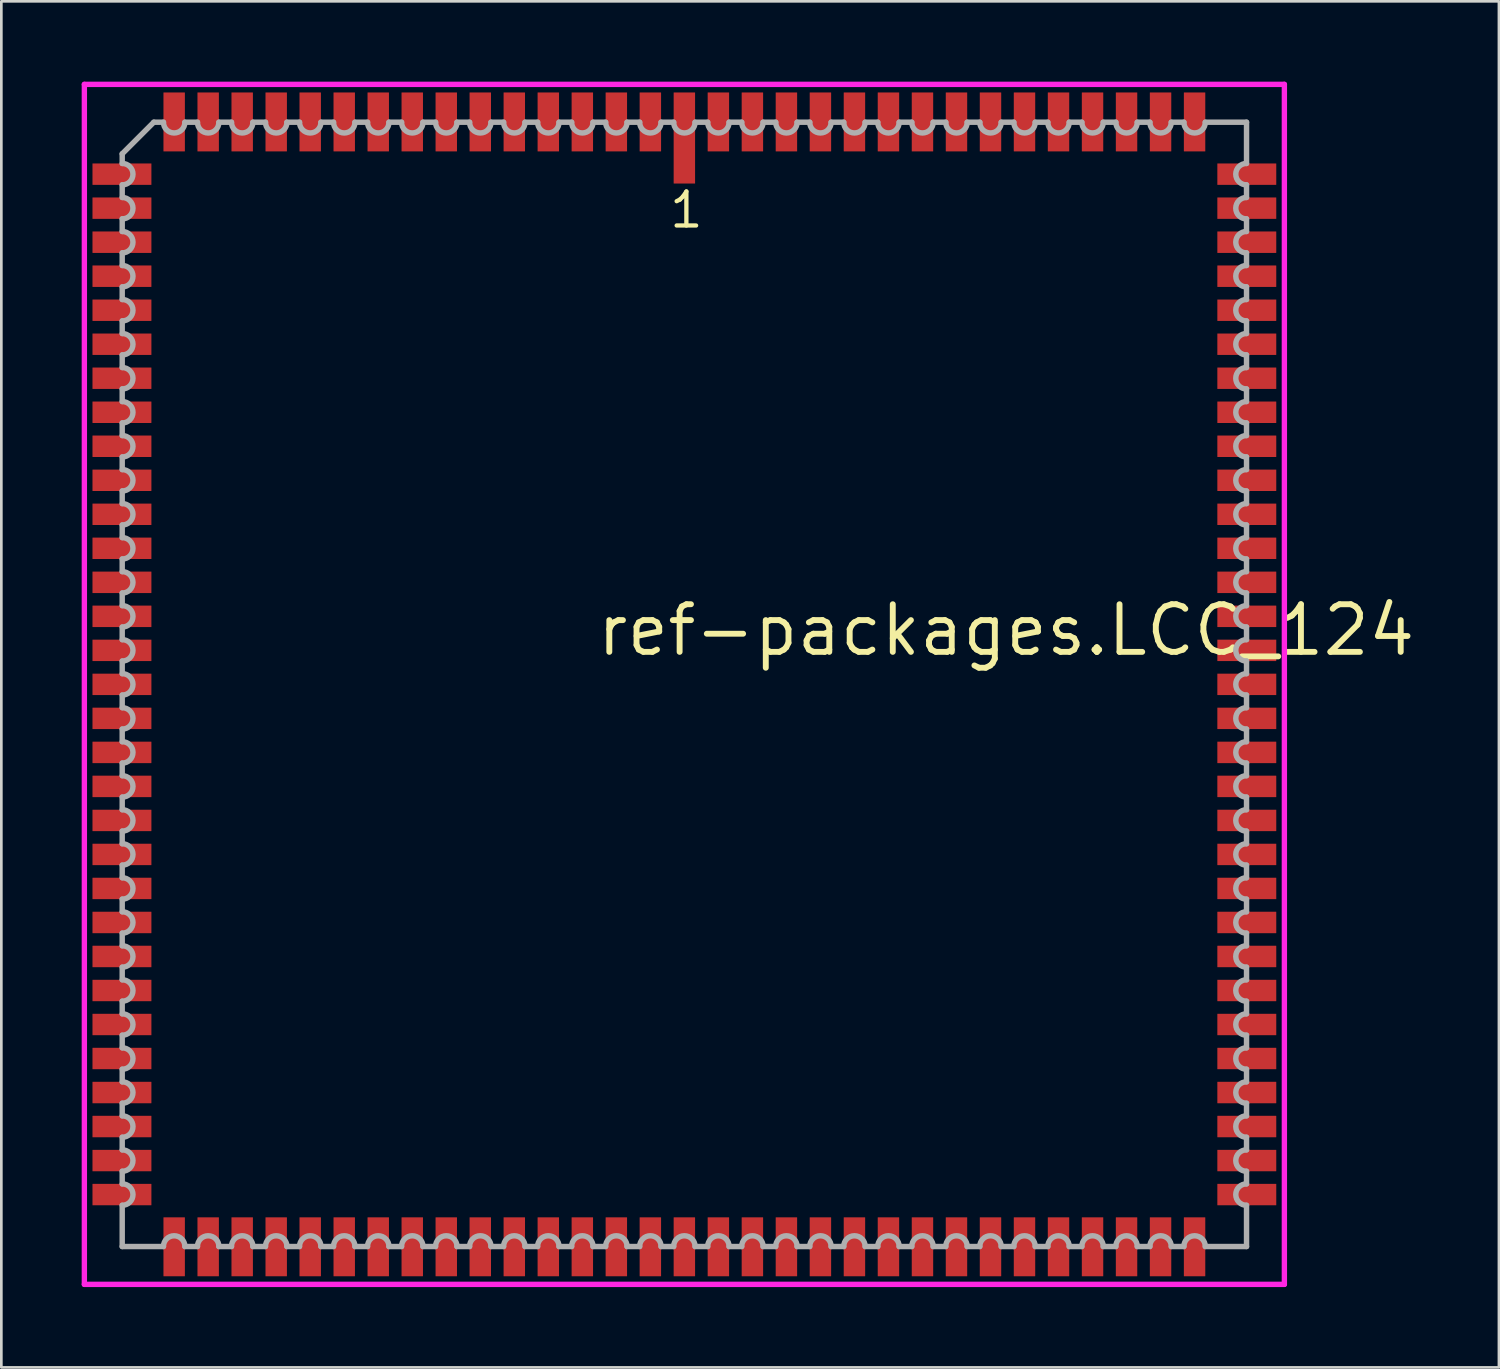
<source format=kicad_pcb>
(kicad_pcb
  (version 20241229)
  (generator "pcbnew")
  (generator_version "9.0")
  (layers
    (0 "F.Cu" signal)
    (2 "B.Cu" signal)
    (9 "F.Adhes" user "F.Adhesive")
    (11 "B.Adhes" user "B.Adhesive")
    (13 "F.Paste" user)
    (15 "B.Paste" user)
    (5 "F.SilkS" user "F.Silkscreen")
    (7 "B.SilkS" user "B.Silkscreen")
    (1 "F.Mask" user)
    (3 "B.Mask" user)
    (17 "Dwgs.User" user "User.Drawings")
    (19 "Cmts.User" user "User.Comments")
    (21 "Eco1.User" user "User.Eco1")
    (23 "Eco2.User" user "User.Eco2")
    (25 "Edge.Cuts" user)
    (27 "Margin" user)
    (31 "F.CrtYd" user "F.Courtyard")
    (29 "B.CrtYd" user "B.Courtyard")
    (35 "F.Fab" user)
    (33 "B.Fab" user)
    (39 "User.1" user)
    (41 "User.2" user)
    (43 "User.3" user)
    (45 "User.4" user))
  (footprint "ref-packages.LCC_124"
    (layer "F.Cu")
    (at 22.503 22.503)
    (property "Reference" "ref-packages.LCC_124" (at -3.37 -0.985 0) (layer "F.SilkS") (effects (font (size 1.778 1.778) (thickness 0.22)) (justify left bottom)))
    (attr smd)
    (fp_line (start -22.403 -22.403) (end 22.403 -22.403) (stroke (width 0.2) (type default)) (layer "F.CrtYd"))
    (fp_line (start -22.403 22.403) (end -22.403 -22.403) (stroke (width 0.2) (type default)) (layer "F.CrtYd"))
    (fp_line (start 22.403 -22.403) (end 22.403 22.403) (stroke (width 0.2) (type default)) (layer "F.CrtYd"))
    (fp_line (start 22.403 22.403) (end -22.403 22.403) (stroke (width 0.2) (type default)) (layer "F.CrtYd"))
    (fp_line (start -20.99 -19.81) (end -20.99 -19.45) (stroke (width 0.203) (type default)) (layer "F.Fab"))
    (fp_line (start -20.99 -18.65) (end -20.99 -18.18) (stroke (width 0.203) (type default)) (layer "F.Fab"))
    (fp_line (start -20.99 -17.38) (end -20.99 -16.91) (stroke (width 0.203) (type default)) (layer "F.Fab"))
    (fp_line (start -20.99 -16.11) (end -20.99 -15.64) (stroke (width 0.203) (type default)) (layer "F.Fab"))
    (fp_line (start -20.99 -14.84) (end -20.99 -14.37) (stroke (width 0.203) (type default)) (layer "F.Fab"))
    (fp_line (start -20.99 -13.57) (end -20.99 -13.1) (stroke (width 0.203) (type default)) (layer "F.Fab"))
    (fp_line (start -20.99 -12.3) (end -20.99 -11.83) (stroke (width 0.203) (type default)) (layer "F.Fab"))
    (fp_line (start -20.99 -11.03) (end -20.99 -10.56) (stroke (width 0.203) (type default)) (layer "F.Fab"))
    (fp_line (start -20.99 -9.76) (end -20.99 -9.29) (stroke (width 0.203) (type default)) (layer "F.Fab"))
    (fp_line (start -20.99 -8.49) (end -20.99 -8.02) (stroke (width 0.203) (type default)) (layer "F.Fab"))
    (fp_line (start -20.99 -7.22) (end -20.99 -6.75) (stroke (width 0.203) (type default)) (layer "F.Fab"))
    (fp_line (start -20.99 -5.95) (end -20.99 -5.48) (stroke (width 0.203) (type default)) (layer "F.Fab"))
    (fp_line (start -20.99 -4.68) (end -20.99 -4.21) (stroke (width 0.203) (type default)) (layer "F.Fab"))
    (fp_line (start -20.99 -3.41) (end -20.99 -2.94) (stroke (width 0.203) (type default)) (layer "F.Fab"))
    (fp_line (start -20.99 -2.14) (end -20.99 -1.67) (stroke (width 0.203) (type default)) (layer "F.Fab"))
    (fp_line (start -20.99 -0.87) (end -20.99 -0.4) (stroke (width 0.203) (type default)) (layer "F.Fab"))
    (fp_line (start -20.99 0.4) (end -20.99 0.87) (stroke (width 0.203) (type default)) (layer "F.Fab"))
    (fp_line (start -20.99 1.67) (end -20.99 2.14) (stroke (width 0.203) (type default)) (layer "F.Fab"))
    (fp_line (start -20.99 2.94) (end -20.99 3.41) (stroke (width 0.203) (type default)) (layer "F.Fab"))
    (fp_line (start -20.99 4.21) (end -20.99 4.68) (stroke (width 0.203) (type default)) (layer "F.Fab"))
    (fp_line (start -20.99 5.48) (end -20.99 5.95) (stroke (width 0.203) (type default)) (layer "F.Fab"))
    (fp_line (start -20.99 6.75) (end -20.99 7.22) (stroke (width 0.203) (type default)) (layer "F.Fab"))
    (fp_line (start -20.99 8.02) (end -20.99 8.49) (stroke (width 0.203) (type default)) (layer "F.Fab"))
    (fp_line (start -20.99 9.29) (end -20.99 9.76) (stroke (width 0.203) (type default)) (layer "F.Fab"))
    (fp_line (start -20.99 10.56) (end -20.99 11.03) (stroke (width 0.203) (type default)) (layer "F.Fab"))
    (fp_line (start -20.99 11.83) (end -20.99 12.3) (stroke (width 0.203) (type default)) (layer "F.Fab"))
    (fp_line (start -20.99 13.1) (end -20.99 13.57) (stroke (width 0.203) (type default)) (layer "F.Fab"))
    (fp_line (start -20.99 14.37) (end -20.99 14.84) (stroke (width 0.203) (type default)) (layer "F.Fab"))
    (fp_line (start -20.99 15.64) (end -20.99 16.11) (stroke (width 0.203) (type default)) (layer "F.Fab"))
    (fp_line (start -20.99 16.91) (end -20.99 17.38) (stroke (width 0.203) (type default)) (layer "F.Fab"))
    (fp_line (start -20.99 18.18) (end -20.99 18.65) (stroke (width 0.203) (type default)) (layer "F.Fab"))
    (fp_line (start -20.99 19.45) (end -20.99 20.99) (stroke (width 0.203) (type default)) (layer "F.Fab"))
    (fp_line (start -20.99 20.99) (end -19.45 20.99) (stroke (width 0.203) (type default)) (layer "F.Fab"))
    (fp_line (start -19.81 -20.99) (end -20.99 -19.81) (stroke (width 0.203) (type default)) (layer "F.Fab"))
    (fp_line (start -19.45 -20.99) (end -19.81 -20.99) (stroke (width 0.203) (type default)) (layer "F.Fab"))
    (fp_line (start -18.65 20.99) (end -18.18 20.99) (stroke (width 0.203) (type default)) (layer "F.Fab"))
    (fp_line (start -18.18 -20.99) (end -18.65 -20.99) (stroke (width 0.203) (type default)) (layer "F.Fab"))
    (fp_line (start -17.38 20.99) (end -16.91 20.99) (stroke (width 0.203) (type default)) (layer "F.Fab"))
    (fp_line (start -16.91 -20.99) (end -17.38 -20.99) (stroke (width 0.203) (type default)) (layer "F.Fab"))
    (fp_line (start -16.11 20.99) (end -15.64 20.99) (stroke (width 0.203) (type default)) (layer "F.Fab"))
    (fp_line (start -15.64 -20.99) (end -16.11 -20.99) (stroke (width 0.203) (type default)) (layer "F.Fab"))
    (fp_line (start -14.84 20.99) (end -14.37 20.99) (stroke (width 0.203) (type default)) (layer "F.Fab"))
    (fp_line (start -14.37 -20.99) (end -14.84 -20.99) (stroke (width 0.203) (type default)) (layer "F.Fab"))
    (fp_line (start -13.57 20.99) (end -13.1 20.99) (stroke (width 0.203) (type default)) (layer "F.Fab"))
    (fp_line (start -13.1 -20.99) (end -13.57 -20.99) (stroke (width 0.203) (type default)) (layer "F.Fab"))
    (fp_line (start -12.3 20.99) (end -11.83 20.99) (stroke (width 0.203) (type default)) (layer "F.Fab"))
    (fp_line (start -11.83 -20.99) (end -12.3 -20.99) (stroke (width 0.203) (type default)) (layer "F.Fab"))
    (fp_line (start -11.03 20.99) (end -10.56 20.99) (stroke (width 0.203) (type default)) (layer "F.Fab"))
    (fp_line (start -10.56 -20.99) (end -11.03 -20.99) (stroke (width 0.203) (type default)) (layer "F.Fab"))
    (fp_line (start -9.76 20.99) (end -9.29 20.99) (stroke (width 0.203) (type default)) (layer "F.Fab"))
    (fp_line (start -9.29 -20.99) (end -9.76 -20.99) (stroke (width 0.203) (type default)) (layer "F.Fab"))
    (fp_line (start -8.49 20.99) (end -8.02 20.99) (stroke (width 0.203) (type default)) (layer "F.Fab"))
    (fp_line (start -8.02 -20.99) (end -8.49 -20.99) (stroke (width 0.203) (type default)) (layer "F.Fab"))
    (fp_line (start -7.22 20.99) (end -6.75 20.99) (stroke (width 0.203) (type default)) (layer "F.Fab"))
    (fp_line (start -6.75 -20.99) (end -7.22 -20.99) (stroke (width 0.203) (type default)) (layer "F.Fab"))
    (fp_line (start -5.95 20.99) (end -5.48 20.99) (stroke (width 0.203) (type default)) (layer "F.Fab"))
    (fp_line (start -5.48 -20.99) (end -5.95 -20.99) (stroke (width 0.203) (type default)) (layer "F.Fab"))
    (fp_line (start -4.68 20.99) (end -4.21 20.99) (stroke (width 0.203) (type default)) (layer "F.Fab"))
    (fp_line (start -4.21 -20.99) (end -4.68 -20.99) (stroke (width 0.203) (type default)) (layer "F.Fab"))
    (fp_line (start -3.41 20.99) (end -2.94 20.99) (stroke (width 0.203) (type default)) (layer "F.Fab"))
    (fp_line (start -2.94 -20.99) (end -3.41 -20.99) (stroke (width 0.203) (type default)) (layer "F.Fab"))
    (fp_line (start -2.14 20.99) (end -1.67 20.99) (stroke (width 0.203) (type default)) (layer "F.Fab"))
    (fp_line (start -1.67 -20.99) (end -2.14 -20.99) (stroke (width 0.203) (type default)) (layer "F.Fab"))
    (fp_line (start -0.87 20.99) (end -0.4 20.99) (stroke (width 0.203) (type default)) (layer "F.Fab"))
    (fp_line (start -0.4 -20.99) (end -0.87 -20.99) (stroke (width 0.203) (type default)) (layer "F.Fab"))
    (fp_line (start 0.4 20.99) (end 0.87 20.99) (stroke (width 0.203) (type default)) (layer "F.Fab"))
    (fp_line (start 0.87 -20.99) (end 0.4 -20.99) (stroke (width 0.203) (type default)) (layer "F.Fab"))
    (fp_line (start 1.67 20.99) (end 2.14 20.99) (stroke (width 0.203) (type default)) (layer "F.Fab"))
    (fp_line (start 2.14 -20.99) (end 1.67 -20.99) (stroke (width 0.203) (type default)) (layer "F.Fab"))
    (fp_line (start 2.94 20.99) (end 3.41 20.99) (stroke (width 0.203) (type default)) (layer "F.Fab"))
    (fp_line (start 3.41 -20.99) (end 2.94 -20.99) (stroke (width 0.203) (type default)) (layer "F.Fab"))
    (fp_line (start 4.21 20.99) (end 4.68 20.99) (stroke (width 0.203) (type default)) (layer "F.Fab"))
    (fp_line (start 4.68 -20.99) (end 4.21 -20.99) (stroke (width 0.203) (type default)) (layer "F.Fab"))
    (fp_line (start 5.48 20.99) (end 5.95 20.99) (stroke (width 0.203) (type default)) (layer "F.Fab"))
    (fp_line (start 5.95 -20.99) (end 5.48 -20.99) (stroke (width 0.203) (type default)) (layer "F.Fab"))
    (fp_line (start 6.75 20.99) (end 7.22 20.99) (stroke (width 0.203) (type default)) (layer "F.Fab"))
    (fp_line (start 7.22 -20.99) (end 6.75 -20.99) (stroke (width 0.203) (type default)) (layer "F.Fab"))
    (fp_line (start 8.02 20.99) (end 8.49 20.99) (stroke (width 0.203) (type default)) (layer "F.Fab"))
    (fp_line (start 8.49 -20.99) (end 8.02 -20.99) (stroke (width 0.203) (type default)) (layer "F.Fab"))
    (fp_line (start 9.29 20.99) (end 9.76 20.99) (stroke (width 0.203) (type default)) (layer "F.Fab"))
    (fp_line (start 9.76 -20.99) (end 9.29 -20.99) (stroke (width 0.203) (type default)) (layer "F.Fab"))
    (fp_line (start 10.56 20.99) (end 11.03 20.99) (stroke (width 0.203) (type default)) (layer "F.Fab"))
    (fp_line (start 11.03 -20.99) (end 10.56 -20.99) (stroke (width 0.203) (type default)) (layer "F.Fab"))
    (fp_line (start 11.83 20.99) (end 12.3 20.99) (stroke (width 0.203) (type default)) (layer "F.Fab"))
    (fp_line (start 12.3 -20.99) (end 11.83 -20.99) (stroke (width 0.203) (type default)) (layer "F.Fab"))
    (fp_line (start 13.1 20.99) (end 13.57 20.99) (stroke (width 0.203) (type default)) (layer "F.Fab"))
    (fp_line (start 13.57 -20.99) (end 13.1 -20.99) (stroke (width 0.203) (type default)) (layer "F.Fab"))
    (fp_line (start 14.37 20.99) (end 14.84 20.99) (stroke (width 0.203) (type default)) (layer "F.Fab"))
    (fp_line (start 14.84 -20.99) (end 14.37 -20.99) (stroke (width 0.203) (type default)) (layer "F.Fab"))
    (fp_line (start 15.64 20.99) (end 16.11 20.99) (stroke (width 0.203) (type default)) (layer "F.Fab"))
    (fp_line (start 16.11 -20.99) (end 15.64 -20.99) (stroke (width 0.203) (type default)) (layer "F.Fab"))
    (fp_line (start 16.91 20.99) (end 17.38 20.99) (stroke (width 0.203) (type default)) (layer "F.Fab"))
    (fp_line (start 17.38 -20.99) (end 16.91 -20.99) (stroke (width 0.203) (type default)) (layer "F.Fab"))
    (fp_line (start 18.18 20.99) (end 18.65 20.99) (stroke (width 0.203) (type default)) (layer "F.Fab"))
    (fp_line (start 18.65 -20.99) (end 18.18 -20.99) (stroke (width 0.203) (type default)) (layer "F.Fab"))
    (fp_line (start 19.45 20.99) (end 20.99 20.99) (stroke (width 0.203) (type default)) (layer "F.Fab"))
    (fp_line (start 20.99 -20.99) (end 19.45 -20.99) (stroke (width 0.203) (type default)) (layer "F.Fab"))
    (fp_line (start 20.99 -19.45) (end 20.99 -20.99) (stroke (width 0.203) (type default)) (layer "F.Fab"))
    (fp_line (start 20.99 -18.18) (end 20.99 -18.65) (stroke (width 0.203) (type default)) (layer "F.Fab"))
    (fp_line (start 20.99 -16.91) (end 20.99 -17.38) (stroke (width 0.203) (type default)) (layer "F.Fab"))
    (fp_line (start 20.99 -15.64) (end 20.99 -16.11) (stroke (width 0.203) (type default)) (layer "F.Fab"))
    (fp_line (start 20.99 -14.37) (end 20.99 -14.84) (stroke (width 0.203) (type default)) (layer "F.Fab"))
    (fp_line (start 20.99 -13.1) (end 20.99 -13.57) (stroke (width 0.203) (type default)) (layer "F.Fab"))
    (fp_line (start 20.99 -11.83) (end 20.99 -12.3) (stroke (width 0.203) (type default)) (layer "F.Fab"))
    (fp_line (start 20.99 -10.56) (end 20.99 -11.03) (stroke (width 0.203) (type default)) (layer "F.Fab"))
    (fp_line (start 20.99 -9.29) (end 20.99 -9.76) (stroke (width 0.203) (type default)) (layer "F.Fab"))
    (fp_line (start 20.99 -8.02) (end 20.99 -8.49) (stroke (width 0.203) (type default)) (layer "F.Fab"))
    (fp_line (start 20.99 -6.75) (end 20.99 -7.22) (stroke (width 0.203) (type default)) (layer "F.Fab"))
    (fp_line (start 20.99 -5.48) (end 20.99 -5.95) (stroke (width 0.203) (type default)) (layer "F.Fab"))
    (fp_line (start 20.99 -4.21) (end 20.99 -4.68) (stroke (width 0.203) (type default)) (layer "F.Fab"))
    (fp_line (start 20.99 -2.94) (end 20.99 -3.41) (stroke (width 0.203) (type default)) (layer "F.Fab"))
    (fp_line (start 20.99 -1.67) (end 20.99 -2.14) (stroke (width 0.203) (type default)) (layer "F.Fab"))
    (fp_line (start 20.99 -0.4) (end 20.99 -0.87) (stroke (width 0.203) (type default)) (layer "F.Fab"))
    (fp_line (start 20.99 0.87) (end 20.99 0.4) (stroke (width 0.203) (type default)) (layer "F.Fab"))
    (fp_line (start 20.99 2.14) (end 20.99 1.67) (stroke (width 0.203) (type default)) (layer "F.Fab"))
    (fp_line (start 20.99 3.41) (end 20.99 2.94) (stroke (width 0.203) (type default)) (layer "F.Fab"))
    (fp_line (start 20.99 4.68) (end 20.99 4.21) (stroke (width 0.203) (type default)) (layer "F.Fab"))
    (fp_line (start 20.99 5.95) (end 20.99 5.48) (stroke (width 0.203) (type default)) (layer "F.Fab"))
    (fp_line (start 20.99 7.22) (end 20.99 6.75) (stroke (width 0.203) (type default)) (layer "F.Fab"))
    (fp_line (start 20.99 8.49) (end 20.99 8.02) (stroke (width 0.203) (type default)) (layer "F.Fab"))
    (fp_line (start 20.99 9.76) (end 20.99 9.29) (stroke (width 0.203) (type default)) (layer "F.Fab"))
    (fp_line (start 20.99 11.03) (end 20.99 10.56) (stroke (width 0.203) (type default)) (layer "F.Fab"))
    (fp_line (start 20.99 12.3) (end 20.99 11.83) (stroke (width 0.203) (type default)) (layer "F.Fab"))
    (fp_line (start 20.99 13.57) (end 20.99 13.1) (stroke (width 0.203) (type default)) (layer "F.Fab"))
    (fp_line (start 20.99 14.84) (end 20.99 14.37) (stroke (width 0.203) (type default)) (layer "F.Fab"))
    (fp_line (start 20.99 16.11) (end 20.99 15.64) (stroke (width 0.203) (type default)) (layer "F.Fab"))
    (fp_line (start 20.99 17.38) (end 20.99 16.91) (stroke (width 0.203) (type default)) (layer "F.Fab"))
    (fp_line (start 20.99 18.65) (end 20.99 18.18) (stroke (width 0.203) (type default)) (layer "F.Fab"))
    (fp_line (start 20.99 20.99) (end 20.99 19.45) (stroke (width 0.203) (type default)) (layer "F.Fab"))
    (fp_arc (start -20.9883 -19.45) (mid -20.5883 -19.05) (end -20.9883 -18.65) (stroke (width 0.2032) (type default)) (layer "F.Fab"))
    (fp_arc (start -20.9883 -18.18) (mid -20.5883 -17.78) (end -20.9883 -17.38) (stroke (width 0.2032) (type default)) (layer "F.Fab"))
    (fp_arc (start -20.9883 -16.91) (mid -20.5883 -16.51) (end -20.9883 -16.11) (stroke (width 0.2032) (type default)) (layer "F.Fab"))
    (fp_arc (start -20.9883 -15.64) (mid -20.5883 -15.24) (end -20.9883 -14.84) (stroke (width 0.2032) (type default)) (layer "F.Fab"))
    (fp_arc (start -20.9883 -14.37) (mid -20.5883 -13.97) (end -20.9883 -13.57) (stroke (width 0.2032) (type default)) (layer "F.Fab"))
    (fp_arc (start -20.9883 -13.1) (mid -20.5883 -12.7) (end -20.9883 -12.3) (stroke (width 0.2032) (type default)) (layer "F.Fab"))
    (fp_arc (start -20.9883 -11.83) (mid -20.5883 -11.43) (end -20.9883 -11.03) (stroke (width 0.2032) (type default)) (layer "F.Fab"))
    (fp_arc (start -20.9883 -10.56) (mid -20.5883 -10.16) (end -20.9883 -9.76) (stroke (width 0.2032) (type default)) (layer "F.Fab"))
    (fp_arc (start -20.9883 -9.29) (mid -20.5883 -8.89) (end -20.9883 -8.49) (stroke (width 0.2032) (type default)) (layer "F.Fab"))
    (fp_arc (start -20.9883 -8.02) (mid -20.5883 -7.62) (end -20.9883 -7.22) (stroke (width 0.2032) (type default)) (layer "F.Fab"))
    (fp_arc (start -20.9883 -6.75) (mid -20.5883 -6.35) (end -20.9883 -5.95) (stroke (width 0.2032) (type default)) (layer "F.Fab"))
    (fp_arc (start -20.9883 -5.48) (mid -20.5883 -5.08) (end -20.9883 -4.68) (stroke (width 0.2032) (type default)) (layer "F.Fab"))
    (fp_arc (start -20.9883 -4.21) (mid -20.5883 -3.81) (end -20.9883 -3.41) (stroke (width 0.2032) (type default)) (layer "F.Fab"))
    (fp_arc (start -20.9883 -2.94) (mid -20.5883 -2.54) (end -20.9883 -2.14) (stroke (width 0.2032) (type default)) (layer "F.Fab"))
    (fp_arc (start -20.9883 -1.67) (mid -20.5883 -1.27) (end -20.9883 -0.87) (stroke (width 0.2032) (type default)) (layer "F.Fab"))
    (fp_arc (start -20.9883 -0.4001) (mid -20.5882 0) (end -20.9883 0.4001) (stroke (width 0.2032) (type default)) (layer "F.Fab"))
    (fp_arc (start -20.9883 0.8699) (mid -20.5882 1.27) (end -20.9883 1.6701) (stroke (width 0.2032) (type default)) (layer "F.Fab"))
    (fp_arc (start -20.9883 2.1399) (mid -20.5882 2.54) (end -20.9883 2.9401) (stroke (width 0.2032) (type default)) (layer "F.Fab"))
    (fp_arc (start -20.9883 3.4099) (mid -20.5882 3.81) (end -20.9883 4.2101) (stroke (width 0.2032) (type default)) (layer "F.Fab"))
    (fp_arc (start -20.9883 4.6799) (mid -20.5882 5.08) (end -20.9883 5.4801) (stroke (width 0.2032) (type default)) (layer "F.Fab"))
    (fp_arc (start -20.9883 5.9499) (mid -20.5882 6.35) (end -20.9883 6.7501) (stroke (width 0.2032) (type default)) (layer "F.Fab"))
    (fp_arc (start -20.9883 7.2199) (mid -20.5882 7.62) (end -20.9883 8.0201) (stroke (width 0.2032) (type default)) (layer "F.Fab"))
    (fp_arc (start -20.9883 8.4899) (mid -20.5882 8.89) (end -20.9883 9.2901) (stroke (width 0.2032) (type default)) (layer "F.Fab"))
    (fp_arc (start -20.9883 9.7599) (mid -20.5882 10.16) (end -20.9883 10.5601) (stroke (width 0.2032) (type default)) (layer "F.Fab"))
    (fp_arc (start -20.9883 11.0299) (mid -20.5882 11.43) (end -20.9883 11.8301) (stroke (width 0.2032) (type default)) (layer "F.Fab"))
    (fp_arc (start -20.9883 12.2999) (mid -20.5882 12.7) (end -20.9883 13.1001) (stroke (width 0.2032) (type default)) (layer "F.Fab"))
    (fp_arc (start -20.9883 13.5699) (mid -20.5882 13.97) (end -20.9883 14.3701) (stroke (width 0.2032) (type default)) (layer "F.Fab"))
    (fp_arc (start -20.9883 14.8399) (mid -20.5882 15.24) (end -20.9883 15.6401) (stroke (width 0.2032) (type default)) (layer "F.Fab"))
    (fp_arc (start -20.9883 16.1099) (mid -20.5882 16.51) (end -20.9883 16.9101) (stroke (width 0.2032) (type default)) (layer "F.Fab"))
    (fp_arc (start -20.9883 17.3799) (mid -20.5882 17.78) (end -20.9883 18.1801) (stroke (width 0.2032) (type default)) (layer "F.Fab"))
    (fp_arc (start -20.9883 18.6499) (mid -20.5882 19.05) (end -20.9883 19.4501) (stroke (width 0.2032) (type default)) (layer "F.Fab"))
    (fp_arc (start -19.4501 20.9883) (mid -19.05 20.5882) (end -18.6499 20.9883) (stroke (width 0.2032) (type default)) (layer "F.Fab"))
    (fp_arc (start -18.6499 -20.9883) (mid -19.05 -20.5882) (end -19.4501 -20.9883) (stroke (width 0.2032) (type default)) (layer "F.Fab"))
    (fp_arc (start -18.1801 20.9883) (mid -17.78 20.5882) (end -17.3799 20.9883) (stroke (width 0.2032) (type default)) (layer "F.Fab"))
    (fp_arc (start -17.3799 -20.9883) (mid -17.78 -20.5882) (end -18.1801 -20.9883) (stroke (width 0.2032) (type default)) (layer "F.Fab"))
    (fp_arc (start -16.9101 20.9883) (mid -16.51 20.5882) (end -16.1099 20.9883) (stroke (width 0.2032) (type default)) (layer "F.Fab"))
    (fp_arc (start -16.1099 -20.9883) (mid -16.51 -20.5882) (end -16.9101 -20.9883) (stroke (width 0.2032) (type default)) (layer "F.Fab"))
    (fp_arc (start -15.6401 20.9883) (mid -15.24 20.5882) (end -14.8399 20.9883) (stroke (width 0.2032) (type default)) (layer "F.Fab"))
    (fp_arc (start -14.8399 -20.9883) (mid -15.24 -20.5882) (end -15.6401 -20.9883) (stroke (width 0.2032) (type default)) (layer "F.Fab"))
    (fp_arc (start -14.3701 20.9883) (mid -13.97 20.5882) (end -13.5699 20.9883) (stroke (width 0.2032) (type default)) (layer "F.Fab"))
    (fp_arc (start -13.5699 -20.9883) (mid -13.97 -20.5882) (end -14.3701 -20.9883) (stroke (width 0.2032) (type default)) (layer "F.Fab"))
    (fp_arc (start -13.1001 20.9883) (mid -12.7 20.5882) (end -12.2999 20.9883) (stroke (width 0.2032) (type default)) (layer "F.Fab"))
    (fp_arc (start -12.2999 -20.9883) (mid -12.7 -20.5882) (end -13.1001 -20.9883) (stroke (width 0.2032) (type default)) (layer "F.Fab"))
    (fp_arc (start -11.8301 20.9883) (mid -11.43 20.5882) (end -11.0299 20.9883) (stroke (width 0.2032) (type default)) (layer "F.Fab"))
    (fp_arc (start -11.0299 -20.9883) (mid -11.43 -20.5882) (end -11.8301 -20.9883) (stroke (width 0.2032) (type default)) (layer "F.Fab"))
    (fp_arc (start -10.5601 20.9883) (mid -10.16 20.5882) (end -9.7599 20.9883) (stroke (width 0.2032) (type default)) (layer "F.Fab"))
    (fp_arc (start -9.7599 -20.9883) (mid -10.16 -20.5882) (end -10.5601 -20.9883) (stroke (width 0.2032) (type default)) (layer "F.Fab"))
    (fp_arc (start -9.2901 20.9883) (mid -8.89 20.5882) (end -8.4899 20.9883) (stroke (width 0.2032) (type default)) (layer "F.Fab"))
    (fp_arc (start -8.4899 -20.9883) (mid -8.89 -20.5882) (end -9.2901 -20.9883) (stroke (width 0.2032) (type default)) (layer "F.Fab"))
    (fp_arc (start -8.0201 20.9883) (mid -7.62 20.5882) (end -7.2199 20.9883) (stroke (width 0.2032) (type default)) (layer "F.Fab"))
    (fp_arc (start -7.2199 -20.9883) (mid -7.62 -20.5882) (end -8.0201 -20.9883) (stroke (width 0.2032) (type default)) (layer "F.Fab"))
    (fp_arc (start -6.7501 20.9883) (mid -6.35 20.5882) (end -5.9499 20.9883) (stroke (width 0.2032) (type default)) (layer "F.Fab"))
    (fp_arc (start -5.9499 -20.9883) (mid -6.35 -20.5882) (end -6.7501 -20.9883) (stroke (width 0.2032) (type default)) (layer "F.Fab"))
    (fp_arc (start -5.4801 20.9883) (mid -5.08 20.5882) (end -4.6799 20.9883) (stroke (width 0.2032) (type default)) (layer "F.Fab"))
    (fp_arc (start -4.6799 -20.9883) (mid -5.08 -20.5882) (end -5.4801 -20.9883) (stroke (width 0.2032) (type default)) (layer "F.Fab"))
    (fp_arc (start -4.2101 20.9883) (mid -3.81 20.5882) (end -3.4099 20.9883) (stroke (width 0.2032) (type default)) (layer "F.Fab"))
    (fp_arc (start -3.4099 -20.9883) (mid -3.81 -20.5882) (end -4.2101 -20.9883) (stroke (width 0.2032) (type default)) (layer "F.Fab"))
    (fp_arc (start -2.9401 20.9883) (mid -2.54 20.5882) (end -2.1399 20.9883) (stroke (width 0.2032) (type default)) (layer "F.Fab"))
    (fp_arc (start -2.1399 -20.9883) (mid -2.54 -20.5882) (end -2.9401 -20.9883) (stroke (width 0.2032) (type default)) (layer "F.Fab"))
    (fp_arc (start -1.6701 20.9883) (mid -1.27 20.5882) (end -0.8699 20.9883) (stroke (width 0.2032) (type default)) (layer "F.Fab"))
    (fp_arc (start -0.8699 -20.9883) (mid -1.27 -20.5882) (end -1.6701 -20.9883) (stroke (width 0.2032) (type default)) (layer "F.Fab"))
    (fp_arc (start -0.4001 20.9883) (mid 0 20.5882) (end 0.4001 20.9883) (stroke (width 0.2032) (type default)) (layer "F.Fab"))
    (fp_arc (start 0.4001 -20.9883) (mid 0 -20.5882) (end -0.4001 -20.9883) (stroke (width 0.2032) (type default)) (layer "F.Fab"))
    (fp_arc (start 0.87 20.9883) (mid 1.27 20.5883) (end 1.67 20.9883) (stroke (width 0.2032) (type default)) (layer "F.Fab"))
    (fp_arc (start 1.67 -20.9883) (mid 1.27 -20.5883) (end 0.87 -20.9883) (stroke (width 0.2032) (type default)) (layer "F.Fab"))
    (fp_arc (start 2.14 20.9883) (mid 2.54 20.5883) (end 2.94 20.9883) (stroke (width 0.2032) (type default)) (layer "F.Fab"))
    (fp_arc (start 2.94 -20.9883) (mid 2.54 -20.5883) (end 2.14 -20.9883) (stroke (width 0.2032) (type default)) (layer "F.Fab"))
    (fp_arc (start 3.41 20.9883) (mid 3.81 20.5883) (end 4.21 20.9883) (stroke (width 0.2032) (type default)) (layer "F.Fab"))
    (fp_arc (start 4.21 -20.9883) (mid 3.81 -20.5883) (end 3.41 -20.9883) (stroke (width 0.2032) (type default)) (layer "F.Fab"))
    (fp_arc (start 4.68 20.9883) (mid 5.08 20.5883) (end 5.48 20.9883) (stroke (width 0.2032) (type default)) (layer "F.Fab"))
    (fp_arc (start 5.48 -20.9883) (mid 5.08 -20.5883) (end 4.68 -20.9883) (stroke (width 0.2032) (type default)) (layer "F.Fab"))
    (fp_arc (start 5.95 20.9883) (mid 6.35 20.5883) (end 6.75 20.9883) (stroke (width 0.2032) (type default)) (layer "F.Fab"))
    (fp_arc (start 6.75 -20.9883) (mid 6.35 -20.5883) (end 5.95 -20.9883) (stroke (width 0.2032) (type default)) (layer "F.Fab"))
    (fp_arc (start 7.22 20.9883) (mid 7.62 20.5883) (end 8.02 20.9883) (stroke (width 0.2032) (type default)) (layer "F.Fab"))
    (fp_arc (start 8.02 -20.9883) (mid 7.62 -20.5883) (end 7.22 -20.9883) (stroke (width 0.2032) (type default)) (layer "F.Fab"))
    (fp_arc (start 8.49 20.9883) (mid 8.89 20.5883) (end 9.29 20.9883) (stroke (width 0.2032) (type default)) (layer "F.Fab"))
    (fp_arc (start 9.29 -20.9883) (mid 8.89 -20.5883) (end 8.49 -20.9883) (stroke (width 0.2032) (type default)) (layer "F.Fab"))
    (fp_arc (start 9.76 20.9883) (mid 10.16 20.5883) (end 10.56 20.9883) (stroke (width 0.2032) (type default)) (layer "F.Fab"))
    (fp_arc (start 10.56 -20.9883) (mid 10.16 -20.5883) (end 9.76 -20.9883) (stroke (width 0.2032) (type default)) (layer "F.Fab"))
    (fp_arc (start 11.03 20.9883) (mid 11.43 20.5883) (end 11.83 20.9883) (stroke (width 0.2032) (type default)) (layer "F.Fab"))
    (fp_arc (start 11.83 -20.9883) (mid 11.43 -20.5883) (end 11.03 -20.9883) (stroke (width 0.2032) (type default)) (layer "F.Fab"))
    (fp_arc (start 12.3 20.9883) (mid 12.7 20.5883) (end 13.1 20.9883) (stroke (width 0.2032) (type default)) (layer "F.Fab"))
    (fp_arc (start 13.1 -20.9883) (mid 12.7 -20.5883) (end 12.3 -20.9883) (stroke (width 0.2032) (type default)) (layer "F.Fab"))
    (fp_arc (start 13.57 20.9883) (mid 13.97 20.5883) (end 14.37 20.9883) (stroke (width 0.2032) (type default)) (layer "F.Fab"))
    (fp_arc (start 14.37 -20.9883) (mid 13.97 -20.5883) (end 13.57 -20.9883) (stroke (width 0.2032) (type default)) (layer "F.Fab"))
    (fp_arc (start 14.84 20.9883) (mid 15.24 20.5883) (end 15.64 20.9883) (stroke (width 0.2032) (type default)) (layer "F.Fab"))
    (fp_arc (start 15.64 -20.9883) (mid 15.24 -20.5883) (end 14.84 -20.9883) (stroke (width 0.2032) (type default)) (layer "F.Fab"))
    (fp_arc (start 16.11 20.9883) (mid 16.51 20.5883) (end 16.91 20.9883) (stroke (width 0.2032) (type default)) (layer "F.Fab"))
    (fp_arc (start 16.91 -20.9883) (mid 16.51 -20.5883) (end 16.11 -20.9883) (stroke (width 0.2032) (type default)) (layer "F.Fab"))
    (fp_arc (start 17.38 20.9883) (mid 17.78 20.5883) (end 18.18 20.9883) (stroke (width 0.2032) (type default)) (layer "F.Fab"))
    (fp_arc (start 18.18 -20.9883) (mid 17.78 -20.5883) (end 17.38 -20.9883) (stroke (width 0.2032) (type default)) (layer "F.Fab"))
    (fp_arc (start 18.65 20.9883) (mid 19.05 20.5883) (end 19.45 20.9883) (stroke (width 0.2032) (type default)) (layer "F.Fab"))
    (fp_arc (start 19.45 -20.9883) (mid 19.05 -20.5883) (end 18.65 -20.9883) (stroke (width 0.2032) (type default)) (layer "F.Fab"))
    (fp_arc (start 20.9883 -18.6499) (mid 20.5882 -19.05) (end 20.9883 -19.4501) (stroke (width 0.2032) (type default)) (layer "F.Fab"))
    (fp_arc (start 20.9883 -17.3799) (mid 20.5882 -17.78) (end 20.9883 -18.1801) (stroke (width 0.2032) (type default)) (layer "F.Fab"))
    (fp_arc (start 20.9883 -16.1099) (mid 20.5882 -16.51) (end 20.9883 -16.9101) (stroke (width 0.2032) (type default)) (layer "F.Fab"))
    (fp_arc (start 20.9883 -14.8399) (mid 20.5882 -15.24) (end 20.9883 -15.6401) (stroke (width 0.2032) (type default)) (layer "F.Fab"))
    (fp_arc (start 20.9883 -13.5699) (mid 20.5882 -13.97) (end 20.9883 -14.3701) (stroke (width 0.2032) (type default)) (layer "F.Fab"))
    (fp_arc (start 20.9883 -12.2999) (mid 20.5882 -12.7) (end 20.9883 -13.1001) (stroke (width 0.2032) (type default)) (layer "F.Fab"))
    (fp_arc (start 20.9883 -11.0299) (mid 20.5882 -11.43) (end 20.9883 -11.8301) (stroke (width 0.2032) (type default)) (layer "F.Fab"))
    (fp_arc (start 20.9883 -9.7599) (mid 20.5882 -10.16) (end 20.9883 -10.5601) (stroke (width 0.2032) (type default)) (layer "F.Fab"))
    (fp_arc (start 20.9883 -8.4899) (mid 20.5882 -8.89) (end 20.9883 -9.2901) (stroke (width 0.2032) (type default)) (layer "F.Fab"))
    (fp_arc (start 20.9883 -7.2199) (mid 20.5882 -7.62) (end 20.9883 -8.0201) (stroke (width 0.2032) (type default)) (layer "F.Fab"))
    (fp_arc (start 20.9883 -5.9499) (mid 20.5882 -6.35) (end 20.9883 -6.7501) (stroke (width 0.2032) (type default)) (layer "F.Fab"))
    (fp_arc (start 20.9883 -4.6799) (mid 20.5882 -5.08) (end 20.9883 -5.4801) (stroke (width 0.2032) (type default)) (layer "F.Fab"))
    (fp_arc (start 20.9883 -3.4099) (mid 20.5882 -3.81) (end 20.9883 -4.2101) (stroke (width 0.2032) (type default)) (layer "F.Fab"))
    (fp_arc (start 20.9883 -2.1399) (mid 20.5882 -2.54) (end 20.9883 -2.9401) (stroke (width 0.2032) (type default)) (layer "F.Fab"))
    (fp_arc (start 20.9883 -0.8699) (mid 20.5882 -1.27) (end 20.9883 -1.6701) (stroke (width 0.2032) (type default)) (layer "F.Fab"))
    (fp_arc (start 20.9883 0.4001) (mid 20.5882 0) (end 20.9883 -0.4001) (stroke (width 0.2032) (type default)) (layer "F.Fab"))
    (fp_arc (start 20.9883 1.67) (mid 20.5883 1.27) (end 20.9883 0.87) (stroke (width 0.2032) (type default)) (layer "F.Fab"))
    (fp_arc (start 20.9883 2.94) (mid 20.5883 2.54) (end 20.9883 2.14) (stroke (width 0.2032) (type default)) (layer "F.Fab"))
    (fp_arc (start 20.9883 4.21) (mid 20.5883 3.81) (end 20.9883 3.41) (stroke (width 0.2032) (type default)) (layer "F.Fab"))
    (fp_arc (start 20.9883 5.48) (mid 20.5883 5.08) (end 20.9883 4.68) (stroke (width 0.2032) (type default)) (layer "F.Fab"))
    (fp_arc (start 20.9883 6.7501) (mid 20.5882 6.35) (end 20.9883 5.9499) (stroke (width 0.2032) (type default)) (layer "F.Fab"))
    (fp_arc (start 20.9883 8.0201) (mid 20.5882 7.62) (end 20.9883 7.2199) (stroke (width 0.2032) (type default)) (layer "F.Fab"))
    (fp_arc (start 20.9883 9.2901) (mid 20.5882 8.89) (end 20.9883 8.4899) (stroke (width 0.2032) (type default)) (layer "F.Fab"))
    (fp_arc (start 20.9883 10.5601) (mid 20.5882 10.16) (end 20.9883 9.7599) (stroke (width 0.2032) (type default)) (layer "F.Fab"))
    (fp_arc (start 20.9883 11.83) (mid 20.5883 11.43) (end 20.9883 11.03) (stroke (width 0.2032) (type default)) (layer "F.Fab"))
    (fp_arc (start 20.9883 13.1) (mid 20.5883 12.7) (end 20.9883 12.3) (stroke (width 0.2032) (type default)) (layer "F.Fab"))
    (fp_arc (start 20.9883 14.37) (mid 20.5883 13.97) (end 20.9883 13.57) (stroke (width 0.2032) (type default)) (layer "F.Fab"))
    (fp_arc (start 20.9883 15.64) (mid 20.5883 15.24) (end 20.9883 14.84) (stroke (width 0.2032) (type default)) (layer "F.Fab"))
    (fp_arc (start 20.9883 16.91) (mid 20.5883 16.51) (end 20.9883 16.11) (stroke (width 0.2032) (type default)) (layer "F.Fab"))
    (fp_arc (start 20.9883 18.18) (mid 20.5883 17.78) (end 20.9883 17.38) (stroke (width 0.2032) (type default)) (layer "F.Fab"))
    (fp_arc (start 20.9883 19.45) (mid 20.5883 19.05) (end 20.9883 18.65) (stroke (width 0.2032) (type default)) (layer "F.Fab"))
    (fp_text user "1" (at -0.635 -16.97 0) (layer "F.SilkS") (effects (font (size 1.27 1.27) (thickness 0.16)) (justify left bottom)))
    (pad "1" smd roundrect (at 0 -20.4) (size 0.8 3.4) (layers "F.Cu" "F.Mask" "F.Paste") (roundrect_rratio 0.01))
    (pad "2" smd roundrect (at -1.27 -21) (size 0.8 2.2) (layers "F.Cu" "F.Mask" "F.Paste") (roundrect_rratio 0.01))
    (pad "3" smd roundrect (at -2.54 -21) (size 0.8 2.2) (layers "F.Cu" "F.Mask" "F.Paste") (roundrect_rratio 0.01))
    (pad "4" smd roundrect (at -3.81 -21) (size 0.8 2.2) (layers "F.Cu" "F.Mask" "F.Paste") (roundrect_rratio 0.01))
    (pad "5" smd roundrect (at -5.08 -21) (size 0.8 2.2) (layers "F.Cu" "F.Mask" "F.Paste") (roundrect_rratio 0.01))
    (pad "6" smd roundrect (at -6.35 -21) (size 0.8 2.2) (layers "F.Cu" "F.Mask" "F.Paste") (roundrect_rratio 0.01))
    (pad "7" smd roundrect (at -7.62 -21) (size 0.8 2.2) (layers "F.Cu" "F.Mask" "F.Paste") (roundrect_rratio 0.01))
    (pad "8" smd roundrect (at -8.89 -21) (size 0.8 2.2) (layers "F.Cu" "F.Mask" "F.Paste") (roundrect_rratio 0.01))
    (pad "9" smd roundrect (at -10.16 -21) (size 0.8 2.2) (layers "F.Cu" "F.Mask" "F.Paste") (roundrect_rratio 0.01))
    (pad "10" smd roundrect (at -11.43 -21) (size 0.8 2.2) (layers "F.Cu" "F.Mask" "F.Paste") (roundrect_rratio 0.01))
    (pad "11" smd roundrect (at -12.7 -21) (size 0.8 2.2) (layers "F.Cu" "F.Mask" "F.Paste") (roundrect_rratio 0.01))
    (pad "12" smd roundrect (at -13.97 -21) (size 0.8 2.2) (layers "F.Cu" "F.Mask" "F.Paste") (roundrect_rratio 0.01))
    (pad "13" smd roundrect (at -15.24 -21) (size 0.8 2.2) (layers "F.Cu" "F.Mask" "F.Paste") (roundrect_rratio 0.01))
    (pad "14" smd roundrect (at -16.51 -21) (size 0.8 2.2) (layers "F.Cu" "F.Mask" "F.Paste") (roundrect_rratio 0.01))
    (pad "15" smd roundrect (at -17.78 -21) (size 0.8 2.2) (layers "F.Cu" "F.Mask" "F.Paste") (roundrect_rratio 0.01))
    (pad "16" smd roundrect (at -19.05 -21) (size 0.8 2.2) (layers "F.Cu" "F.Mask" "F.Paste") (roundrect_rratio 0.01))
    (pad "17" smd roundrect (at -21 -19.05) (size 2.2 0.8) (layers "F.Cu" "F.Mask" "F.Paste") (roundrect_rratio 0.01))
    (pad "18" smd roundrect (at -21 -17.78) (size 2.2 0.8) (layers "F.Cu" "F.Mask" "F.Paste") (roundrect_rratio 0.01))
    (pad "19" smd roundrect (at -21 -16.51) (size 2.2 0.8) (layers "F.Cu" "F.Mask" "F.Paste") (roundrect_rratio 0.01))
    (pad "20" smd roundrect (at -21 -15.24) (size 2.2 0.8) (layers "F.Cu" "F.Mask" "F.Paste") (roundrect_rratio 0.01))
    (pad "21" smd roundrect (at -21 -13.97) (size 2.2 0.8) (layers "F.Cu" "F.Mask" "F.Paste") (roundrect_rratio 0.01))
    (pad "22" smd roundrect (at -21 -12.7) (size 2.2 0.8) (layers "F.Cu" "F.Mask" "F.Paste") (roundrect_rratio 0.01))
    (pad "23" smd roundrect (at -21 -11.43) (size 2.2 0.8) (layers "F.Cu" "F.Mask" "F.Paste") (roundrect_rratio 0.01))
    (pad "24" smd roundrect (at -21 -10.16) (size 2.2 0.8) (layers "F.Cu" "F.Mask" "F.Paste") (roundrect_rratio 0.01))
    (pad "25" smd roundrect (at -21 -8.89) (size 2.2 0.8) (layers "F.Cu" "F.Mask" "F.Paste") (roundrect_rratio 0.01))
    (pad "26" smd roundrect (at -21 -7.62) (size 2.2 0.8) (layers "F.Cu" "F.Mask" "F.Paste") (roundrect_rratio 0.01))
    (pad "27" smd roundrect (at -21 -6.35) (size 2.2 0.8) (layers "F.Cu" "F.Mask" "F.Paste") (roundrect_rratio 0.01))
    (pad "28" smd roundrect (at -21 -5.08) (size 2.2 0.8) (layers "F.Cu" "F.Mask" "F.Paste") (roundrect_rratio 0.01))
    (pad "29" smd roundrect (at -21 -3.81) (size 2.2 0.8) (layers "F.Cu" "F.Mask" "F.Paste") (roundrect_rratio 0.01))
    (pad "30" smd roundrect (at -21 -2.54) (size 2.2 0.8) (layers "F.Cu" "F.Mask" "F.Paste") (roundrect_rratio 0.01))
    (pad "31" smd roundrect (at -21 -1.27) (size 2.2 0.8) (layers "F.Cu" "F.Mask" "F.Paste") (roundrect_rratio 0.01))
    (pad "32" smd roundrect (at -21 0) (size 2.2 0.8) (layers "F.Cu" "F.Mask" "F.Paste") (roundrect_rratio 0.01))
    (pad "33" smd roundrect (at -21 1.27) (size 2.2 0.8) (layers "F.Cu" "F.Mask" "F.Paste") (roundrect_rratio 0.01))
    (pad "34" smd roundrect (at -21 2.54) (size 2.2 0.8) (layers "F.Cu" "F.Mask" "F.Paste") (roundrect_rratio 0.01))
    (pad "35" smd roundrect (at -21 3.81) (size 2.2 0.8) (layers "F.Cu" "F.Mask" "F.Paste") (roundrect_rratio 0.01))
    (pad "36" smd roundrect (at -21 5.08) (size 2.2 0.8) (layers "F.Cu" "F.Mask" "F.Paste") (roundrect_rratio 0.01))
    (pad "37" smd roundrect (at -21 6.35) (size 2.2 0.8) (layers "F.Cu" "F.Mask" "F.Paste") (roundrect_rratio 0.01))
    (pad "38" smd roundrect (at -21 7.62) (size 2.2 0.8) (layers "F.Cu" "F.Mask" "F.Paste") (roundrect_rratio 0.01))
    (pad "39" smd roundrect (at -21 8.89) (size 2.2 0.8) (layers "F.Cu" "F.Mask" "F.Paste") (roundrect_rratio 0.01))
    (pad "40" smd roundrect (at -21 10.16) (size 2.2 0.8) (layers "F.Cu" "F.Mask" "F.Paste") (roundrect_rratio 0.01))
    (pad "41" smd roundrect (at -21 11.43) (size 2.2 0.8) (layers "F.Cu" "F.Mask" "F.Paste") (roundrect_rratio 0.01))
    (pad "42" smd roundrect (at -21 12.7) (size 2.2 0.8) (layers "F.Cu" "F.Mask" "F.Paste") (roundrect_rratio 0.01))
    (pad "43" smd roundrect (at -21 13.97) (size 2.2 0.8) (layers "F.Cu" "F.Mask" "F.Paste") (roundrect_rratio 0.01))
    (pad "44" smd roundrect (at -21 15.24) (size 2.2 0.8) (layers "F.Cu" "F.Mask" "F.Paste") (roundrect_rratio 0.01))
    (pad "45" smd roundrect (at -21 16.51) (size 2.2 0.8) (layers "F.Cu" "F.Mask" "F.Paste") (roundrect_rratio 0.01))
    (pad "46" smd roundrect (at -21 17.78) (size 2.2 0.8) (layers "F.Cu" "F.Mask" "F.Paste") (roundrect_rratio 0.01))
    (pad "47" smd roundrect (at -21 19.05) (size 2.2 0.8) (layers "F.Cu" "F.Mask" "F.Paste") (roundrect_rratio 0.01))
    (pad "48" smd roundrect (at -19.05 21) (size 0.8 2.2) (layers "F.Cu" "F.Mask" "F.Paste") (roundrect_rratio 0.01))
    (pad "49" smd roundrect (at -17.78 21) (size 0.8 2.2) (layers "F.Cu" "F.Mask" "F.Paste") (roundrect_rratio 0.01))
    (pad "50" smd roundrect (at -16.51 21) (size 0.8 2.2) (layers "F.Cu" "F.Mask" "F.Paste") (roundrect_rratio 0.01))
    (pad "51" smd roundrect (at -15.24 21) (size 0.8 2.2) (layers "F.Cu" "F.Mask" "F.Paste") (roundrect_rratio 0.01))
    (pad "52" smd roundrect (at -13.97 21) (size 0.8 2.2) (layers "F.Cu" "F.Mask" "F.Paste") (roundrect_rratio 0.01))
    (pad "53" smd roundrect (at -12.7 21) (size 0.8 2.2) (layers "F.Cu" "F.Mask" "F.Paste") (roundrect_rratio 0.01))
    (pad "54" smd roundrect (at -11.43 21) (size 0.8 2.2) (layers "F.Cu" "F.Mask" "F.Paste") (roundrect_rratio 0.01))
    (pad "55" smd roundrect (at -10.16 21) (size 0.8 2.2) (layers "F.Cu" "F.Mask" "F.Paste") (roundrect_rratio 0.01))
    (pad "56" smd roundrect (at -8.89 21) (size 0.8 2.2) (layers "F.Cu" "F.Mask" "F.Paste") (roundrect_rratio 0.01))
    (pad "57" smd roundrect (at -7.62 21) (size 0.8 2.2) (layers "F.Cu" "F.Mask" "F.Paste") (roundrect_rratio 0.01))
    (pad "58" smd roundrect (at -6.35 21) (size 0.8 2.2) (layers "F.Cu" "F.Mask" "F.Paste") (roundrect_rratio 0.01))
    (pad "59" smd roundrect (at -5.08 21) (size 0.8 2.2) (layers "F.Cu" "F.Mask" "F.Paste") (roundrect_rratio 0.01))
    (pad "60" smd roundrect (at -3.81 21) (size 0.8 2.2) (layers "F.Cu" "F.Mask" "F.Paste") (roundrect_rratio 0.01))
    (pad "61" smd roundrect (at -2.54 21) (size 0.8 2.2) (layers "F.Cu" "F.Mask" "F.Paste") (roundrect_rratio 0.01))
    (pad "62" smd roundrect (at -1.27 21) (size 0.8 2.2) (layers "F.Cu" "F.Mask" "F.Paste") (roundrect_rratio 0.01))
    (pad "63" smd roundrect (at 0 21) (size 0.8 2.2) (layers "F.Cu" "F.Mask" "F.Paste") (roundrect_rratio 0.01))
    (pad "64" smd roundrect (at 1.27 21) (size 0.8 2.2) (layers "F.Cu" "F.Mask" "F.Paste") (roundrect_rratio 0.01))
    (pad "65" smd roundrect (at 2.54 21) (size 0.8 2.2) (layers "F.Cu" "F.Mask" "F.Paste") (roundrect_rratio 0.01))
    (pad "66" smd roundrect (at 3.81 21) (size 0.8 2.2) (layers "F.Cu" "F.Mask" "F.Paste") (roundrect_rratio 0.01))
    (pad "67" smd roundrect (at 5.08 21) (size 0.8 2.2) (layers "F.Cu" "F.Mask" "F.Paste") (roundrect_rratio 0.01))
    (pad "68" smd roundrect (at 6.35 21) (size 0.8 2.2) (layers "F.Cu" "F.Mask" "F.Paste") (roundrect_rratio 0.01))
    (pad "69" smd roundrect (at 7.62 21) (size 0.8 2.2) (layers "F.Cu" "F.Mask" "F.Paste") (roundrect_rratio 0.01))
    (pad "70" smd roundrect (at 8.89 21) (size 0.8 2.2) (layers "F.Cu" "F.Mask" "F.Paste") (roundrect_rratio 0.01))
    (pad "71" smd roundrect (at 10.16 21) (size 0.8 2.2) (layers "F.Cu" "F.Mask" "F.Paste") (roundrect_rratio 0.01))
    (pad "72" smd roundrect (at 11.43 21) (size 0.8 2.2) (layers "F.Cu" "F.Mask" "F.Paste") (roundrect_rratio 0.01))
    (pad "73" smd roundrect (at 12.7 21) (size 0.8 2.2) (layers "F.Cu" "F.Mask" "F.Paste") (roundrect_rratio 0.01))
    (pad "74" smd roundrect (at 13.97 21) (size 0.8 2.2) (layers "F.Cu" "F.Mask" "F.Paste") (roundrect_rratio 0.01))
    (pad "75" smd roundrect (at 15.24 21) (size 0.8 2.2) (layers "F.Cu" "F.Mask" "F.Paste") (roundrect_rratio 0.01))
    (pad "76" smd roundrect (at 16.51 21) (size 0.8 2.2) (layers "F.Cu" "F.Mask" "F.Paste") (roundrect_rratio 0.01))
    (pad "77" smd roundrect (at 17.78 21) (size 0.8 2.2) (layers "F.Cu" "F.Mask" "F.Paste") (roundrect_rratio 0.01))
    (pad "78" smd roundrect (at 19.05 21) (size 0.8 2.2) (layers "F.Cu" "F.Mask" "F.Paste") (roundrect_rratio 0.01))
    (pad "79" smd roundrect (at 21 19.05) (size 2.2 0.8) (layers "F.Cu" "F.Mask" "F.Paste") (roundrect_rratio 0.01))
    (pad "80" smd roundrect (at 21 17.78) (size 2.2 0.8) (layers "F.Cu" "F.Mask" "F.Paste") (roundrect_rratio 0.01))
    (pad "81" smd roundrect (at 21 16.51) (size 2.2 0.8) (layers "F.Cu" "F.Mask" "F.Paste") (roundrect_rratio 0.01))
    (pad "82" smd roundrect (at 21 15.24) (size 2.2 0.8) (layers "F.Cu" "F.Mask" "F.Paste") (roundrect_rratio 0.01))
    (pad "83" smd roundrect (at 21 13.97) (size 2.2 0.8) (layers "F.Cu" "F.Mask" "F.Paste") (roundrect_rratio 0.01))
    (pad "84" smd roundrect (at 21 12.7) (size 2.2 0.8) (layers "F.Cu" "F.Mask" "F.Paste") (roundrect_rratio 0.01))
    (pad "85" smd roundrect (at 21 11.43) (size 2.2 0.8) (layers "F.Cu" "F.Mask" "F.Paste") (roundrect_rratio 0.01))
    (pad "86" smd roundrect (at 21 10.16) (size 2.2 0.8) (layers "F.Cu" "F.Mask" "F.Paste") (roundrect_rratio 0.01))
    (pad "87" smd roundrect (at 21 8.89) (size 2.2 0.8) (layers "F.Cu" "F.Mask" "F.Paste") (roundrect_rratio 0.01))
    (pad "88" smd roundrect (at 21 7.62) (size 2.2 0.8) (layers "F.Cu" "F.Mask" "F.Paste") (roundrect_rratio 0.01))
    (pad "89" smd roundrect (at 21 6.35) (size 2.2 0.8) (layers "F.Cu" "F.Mask" "F.Paste") (roundrect_rratio 0.01))
    (pad "90" smd roundrect (at 21 5.08) (size 2.2 0.8) (layers "F.Cu" "F.Mask" "F.Paste") (roundrect_rratio 0.01))
    (pad "91" smd roundrect (at 21 3.81) (size 2.2 0.8) (layers "F.Cu" "F.Mask" "F.Paste") (roundrect_rratio 0.01))
    (pad "92" smd roundrect (at 21 2.54) (size 2.2 0.8) (layers "F.Cu" "F.Mask" "F.Paste") (roundrect_rratio 0.01))
    (pad "93" smd roundrect (at 21 1.27) (size 2.2 0.8) (layers "F.Cu" "F.Mask" "F.Paste") (roundrect_rratio 0.01))
    (pad "94" smd roundrect (at 21 0) (size 2.2 0.8) (layers "F.Cu" "F.Mask" "F.Paste") (roundrect_rratio 0.01))
    (pad "95" smd roundrect (at 21 -1.27) (size 2.2 0.8) (layers "F.Cu" "F.Mask" "F.Paste") (roundrect_rratio 0.01))
    (pad "96" smd roundrect (at 21 -2.54) (size 2.2 0.8) (layers "F.Cu" "F.Mask" "F.Paste") (roundrect_rratio 0.01))
    (pad "97" smd roundrect (at 21 -3.81) (size 2.2 0.8) (layers "F.Cu" "F.Mask" "F.Paste") (roundrect_rratio 0.01))
    (pad "98" smd roundrect (at 21 -5.08) (size 2.2 0.8) (layers "F.Cu" "F.Mask" "F.Paste") (roundrect_rratio 0.01))
    (pad "99" smd roundrect (at 21 -6.35) (size 2.2 0.8) (layers "F.Cu" "F.Mask" "F.Paste") (roundrect_rratio 0.01))
    (pad "100" smd roundrect (at 21 -7.62) (size 2.2 0.8) (layers "F.Cu" "F.Mask" "F.Paste") (roundrect_rratio 0.01))
    (pad "101" smd roundrect (at 21 -8.89) (size 2.2 0.8) (layers "F.Cu" "F.Mask" "F.Paste") (roundrect_rratio 0.01))
    (pad "102" smd roundrect (at 21 -10.16) (size 2.2 0.8) (layers "F.Cu" "F.Mask" "F.Paste") (roundrect_rratio 0.01))
    (pad "103" smd roundrect (at 21 -11.43) (size 2.2 0.8) (layers "F.Cu" "F.Mask" "F.Paste") (roundrect_rratio 0.01))
    (pad "104" smd roundrect (at 21 -12.7) (size 2.2 0.8) (layers "F.Cu" "F.Mask" "F.Paste") (roundrect_rratio 0.01))
    (pad "105" smd roundrect (at 21 -13.97) (size 2.2 0.8) (layers "F.Cu" "F.Mask" "F.Paste") (roundrect_rratio 0.01))
    (pad "106" smd roundrect (at 21 -15.24) (size 2.2 0.8) (layers "F.Cu" "F.Mask" "F.Paste") (roundrect_rratio 0.01))
    (pad "107" smd roundrect (at 21 -16.51) (size 2.2 0.8) (layers "F.Cu" "F.Mask" "F.Paste") (roundrect_rratio 0.01))
    (pad "108" smd roundrect (at 21 -17.78) (size 2.2 0.8) (layers "F.Cu" "F.Mask" "F.Paste") (roundrect_rratio 0.01))
    (pad "109" smd roundrect (at 21 -19.05) (size 2.2 0.8) (layers "F.Cu" "F.Mask" "F.Paste") (roundrect_rratio 0.01))
    (pad "110" smd roundrect (at 19.05 -21) (size 0.8 2.2) (layers "F.Cu" "F.Mask" "F.Paste") (roundrect_rratio 0.01))
    (pad "111" smd roundrect (at 17.78 -21) (size 0.8 2.2) (layers "F.Cu" "F.Mask" "F.Paste") (roundrect_rratio 0.01))
    (pad "112" smd roundrect (at 16.51 -21) (size 0.8 2.2) (layers "F.Cu" "F.Mask" "F.Paste") (roundrect_rratio 0.01))
    (pad "113" smd roundrect (at 15.24 -21) (size 0.8 2.2) (layers "F.Cu" "F.Mask" "F.Paste") (roundrect_rratio 0.01))
    (pad "114" smd roundrect (at 13.97 -21) (size 0.8 2.2) (layers "F.Cu" "F.Mask" "F.Paste") (roundrect_rratio 0.01))
    (pad "115" smd roundrect (at 12.7 -21) (size 0.8 2.2) (layers "F.Cu" "F.Mask" "F.Paste") (roundrect_rratio 0.01))
    (pad "116" smd roundrect (at 11.43 -21) (size 0.8 2.2) (layers "F.Cu" "F.Mask" "F.Paste") (roundrect_rratio 0.01))
    (pad "117" smd roundrect (at 10.16 -21) (size 0.8 2.2) (layers "F.Cu" "F.Mask" "F.Paste") (roundrect_rratio 0.01))
    (pad "118" smd roundrect (at 8.89 -21) (size 0.8 2.2) (layers "F.Cu" "F.Mask" "F.Paste") (roundrect_rratio 0.01))
    (pad "119" smd roundrect (at 7.62 -21) (size 0.8 2.2) (layers "F.Cu" "F.Mask" "F.Paste") (roundrect_rratio 0.01))
    (pad "120" smd roundrect (at 6.35 -21) (size 0.8 2.2) (layers "F.Cu" "F.Mask" "F.Paste") (roundrect_rratio 0.01))
    (pad "121" smd roundrect (at 5.08 -21) (size 0.8 2.2) (layers "F.Cu" "F.Mask" "F.Paste") (roundrect_rratio 0.01))
    (pad "122" smd roundrect (at 3.81 -21) (size 0.8 2.2) (layers "F.Cu" "F.Mask" "F.Paste") (roundrect_rratio 0.01))
    (pad "123" smd roundrect (at 2.54 -21) (size 0.8 2.2) (layers "F.Cu" "F.Mask" "F.Paste") (roundrect_rratio 0.01))
    (pad "124" smd roundrect (at 1.27 -21) (size 0.8 2.2) (layers "F.Cu" "F.Mask" "F.Paste") (roundrect_rratio 0.01)))
  (gr_rect
    (start -3 -3)
    (end 52.917 48.006)
    (stroke (width 0.1) (type default))
    (fill no)
    (layer "Edge.Cuts")))
</source>
